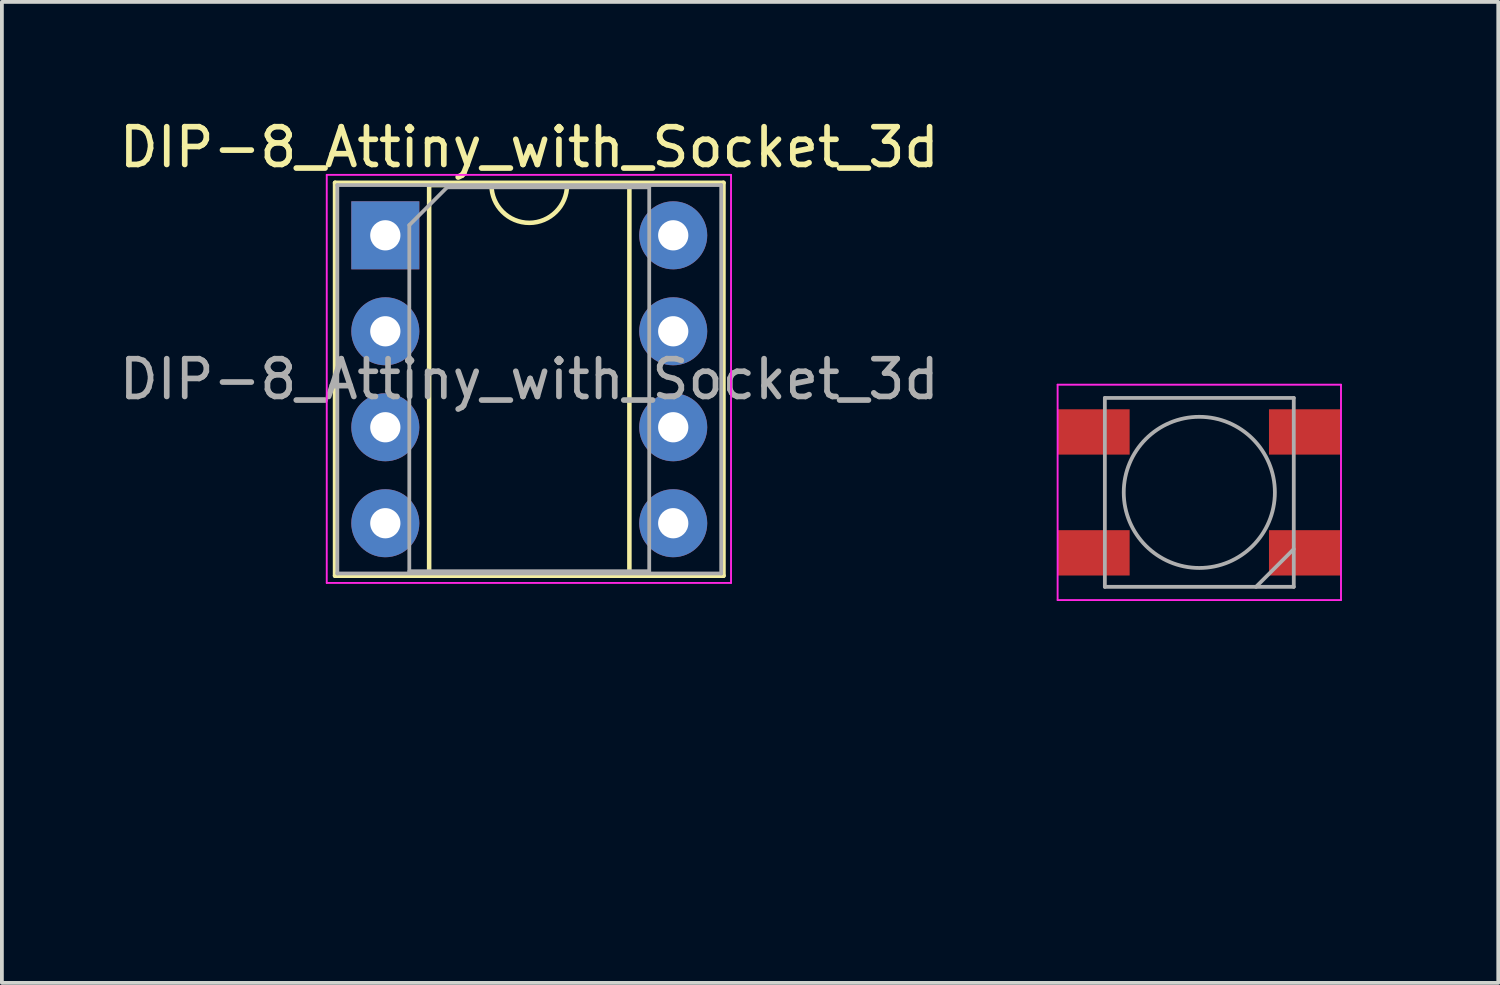
<source format=kicad_pcb>
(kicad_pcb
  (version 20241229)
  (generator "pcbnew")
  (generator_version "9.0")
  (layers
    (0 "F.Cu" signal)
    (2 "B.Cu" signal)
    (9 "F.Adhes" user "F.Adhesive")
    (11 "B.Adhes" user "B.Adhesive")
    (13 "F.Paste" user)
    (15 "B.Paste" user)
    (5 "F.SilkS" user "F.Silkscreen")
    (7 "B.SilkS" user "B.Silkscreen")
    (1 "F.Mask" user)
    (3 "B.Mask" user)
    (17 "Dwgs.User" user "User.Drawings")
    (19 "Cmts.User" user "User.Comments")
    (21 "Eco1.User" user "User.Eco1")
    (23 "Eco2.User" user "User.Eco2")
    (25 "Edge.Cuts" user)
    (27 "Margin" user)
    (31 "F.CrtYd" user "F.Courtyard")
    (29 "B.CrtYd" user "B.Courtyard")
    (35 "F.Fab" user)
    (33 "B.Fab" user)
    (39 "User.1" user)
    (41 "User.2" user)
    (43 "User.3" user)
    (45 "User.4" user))
  (footprint "Mixtape_NEO_WS2812B_3d"
    (layer "F.Cu")
    (at 28.692 9.982)
    (property "Reference" "Mixtape_NEO_WS2812B_3d" (at 4.064 0 90) (layer "Eco2.User") (effects (font (size 1 1) (thickness 0.15))))
    (attr smd)
    (fp_line (start -3.75 -2.85) (end -3.75 2.85) (stroke (width 0.05) (type solid)) (layer "F.CrtYd"))
    (fp_line (start -3.75 2.85) (end 3.75 2.85) (stroke (width 0.05) (type solid)) (layer "F.CrtYd"))
    (fp_line (start 3.75 -2.85) (end -3.75 -2.85) (stroke (width 0.05) (type solid)) (layer "F.CrtYd"))
    (fp_line (start 3.75 2.85) (end 3.75 -2.85) (stroke (width 0.05) (type solid)) (layer "F.CrtYd"))
    (fp_line (start -2.5 -2.5) (end -2.5 2.5) (stroke (width 0.1) (type solid)) (layer "F.Fab"))
    (fp_line (start -2.5 2.5) (end 2.5 2.5) (stroke (width 0.1) (type solid)) (layer "F.Fab"))
    (fp_line (start 2.5 -2.5) (end -2.5 -2.5) (stroke (width 0.1) (type solid)) (layer "F.Fab"))
    (fp_line (start 2.5 1.5) (end 1.5 2.5) (stroke (width 0.1) (type solid)) (layer "F.Fab"))
    (fp_line (start 2.5 2.5) (end 2.5 -2.5) (stroke (width 0.1) (type solid)) (layer "F.Fab"))
    (fp_circle (center 0 0) (end 0 -2) (stroke (width 0.1) (type solid)) (fill no) (layer "F.Fab"))
    (pad "1" smd rect (at -2.794 -1.6) (size 1.9 1.2) (layers "F.Cu" "F.Mask" "F.Paste"))
    (pad "2" smd rect (at -2.794 1.6) (size 1.9 1.2) (layers "F.Cu" "F.Mask" "F.Paste"))
    (pad "3" smd rect (at 2.794 1.6) (size 1.9 1.2) (layers "F.Cu" "F.Mask" "F.Paste"))
    (pad "4" smd rect (at 2.794 -1.6) (size 1.9 1.2) (layers "F.Cu" "F.Mask" "F.Paste")))
  (footprint "DIP-8_Attiny_with_Socket_3d"
    (layer "F.Cu")
    (at 7.148 3.178)
    (property "Reference" "DIP-8_Attiny_with_Socket_3d" (at 3.81 -2.33 0) (layer "F.SilkS") (effects (font (size 1 1) (thickness 0.15))))
    (attr through_hole)
    (fp_line (start -1.33 -1.39) (end -1.33 9.01) (stroke (width 0.12) (type solid)) (layer "F.SilkS"))
    (fp_line (start -1.33 9.01) (end 8.95 9.01) (stroke (width 0.12) (type solid)) (layer "F.SilkS"))
    (fp_line (start 1.16 -1.33) (end 1.16 8.95) (stroke (width 0.12) (type solid)) (layer "F.SilkS"))
    (fp_line (start 1.16 8.95) (end 6.46 8.95) (stroke (width 0.12) (type solid)) (layer "F.SilkS"))
    (fp_line (start 2.81 -1.33) (end 1.16 -1.33) (stroke (width 0.12) (type solid)) (layer "F.SilkS"))
    (fp_line (start 6.46 -1.33) (end 4.81 -1.33) (stroke (width 0.12) (type solid)) (layer "F.SilkS"))
    (fp_line (start 6.46 8.95) (end 6.46 -1.33) (stroke (width 0.12) (type solid)) (layer "F.SilkS"))
    (fp_line (start 8.95 -1.39) (end -1.33 -1.39) (stroke (width 0.12) (type solid)) (layer "F.SilkS"))
    (fp_line (start 8.95 9.01) (end 8.95 -1.39) (stroke (width 0.12) (type solid)) (layer "F.SilkS"))
    (fp_arc (start 4.81 -1.33) (mid 3.81 -0.33) (end 2.81 -1.33) (stroke (width 0.12) (type solid)) (layer "F.SilkS"))
    (fp_line (start -1.55 -1.6) (end -1.55 9.2) (stroke (width 0.05) (type solid)) (layer "F.CrtYd"))
    (fp_line (start -1.55 9.2) (end 9.15 9.2) (stroke (width 0.05) (type solid)) (layer "F.CrtYd"))
    (fp_line (start 9.15 -1.6) (end -1.55 -1.6) (stroke (width 0.05) (type solid)) (layer "F.CrtYd"))
    (fp_line (start 9.15 9.2) (end 9.15 -1.6) (stroke (width 0.05) (type solid)) (layer "F.CrtYd"))
    (fp_line (start -1.27 -1.33) (end -1.27 8.95) (stroke (width 0.1) (type solid)) (layer "F.Fab"))
    (fp_line (start -1.27 8.95) (end 8.89 8.95) (stroke (width 0.1) (type solid)) (layer "F.Fab"))
    (fp_line (start 0.635 -0.27) (end 1.635 -1.27) (stroke (width 0.1) (type solid)) (layer "F.Fab"))
    (fp_line (start 0.635 8.89) (end 0.635 -0.27) (stroke (width 0.1) (type solid)) (layer "F.Fab"))
    (fp_line (start 1.635 -1.27) (end 6.985 -1.27) (stroke (width 0.1) (type solid)) (layer "F.Fab"))
    (fp_line (start 6.985 -1.27) (end 6.985 8.89) (stroke (width 0.1) (type solid)) (layer "F.Fab"))
    (fp_line (start 6.985 8.89) (end 0.635 8.89) (stroke (width 0.1) (type solid)) (layer "F.Fab"))
    (fp_line (start 8.89 -1.33) (end -1.27 -1.33) (stroke (width 0.1) (type solid)) (layer "F.Fab"))
    (fp_line (start 8.89 8.95) (end 8.89 -1.33) (stroke (width 0.1) (type solid)) (layer "F.Fab"))
    (fp_text user "${REFERENCE}" (at 3.81 3.81 0) (layer "F.Fab") (effects (font (size 1 1) (thickness 0.15))))
    (pad "1" thru_hole rect (at 0 0) (size 1.8 1.8) (drill 0.8) (layers "*.Cu" "*.Mask"))
    (pad "2" thru_hole oval (at 0 2.54) (size 1.8 1.8) (drill 0.8) (layers "*.Cu" "*.Mask"))
    (pad "3" thru_hole oval (at 0 5.08) (size 1.8 1.8) (drill 0.8) (layers "*.Cu" "*.Mask"))
    (pad "4" thru_hole oval (at 0 7.62) (size 1.8 1.8) (drill 0.8) (layers "*.Cu" "*.Mask"))
    (pad "5" thru_hole oval (at 7.62 7.62) (size 1.8 1.8) (drill 0.8) (layers "*.Cu" "*.Mask"))
    (pad "6" thru_hole oval (at 7.62 5.08) (size 1.8 1.8) (drill 0.8) (layers "*.Cu" "*.Mask"))
    (pad "7" thru_hole oval (at 7.62 2.54) (size 1.8 1.8) (drill 0.8) (layers "*.Cu" "*.Mask"))
    (pad "8" thru_hole oval (at 7.62 0) (size 1.8 1.8) (drill 0.8) (layers "*.Cu" "*.Mask")))
  (gr_rect
    (start -3 -3)
    (end 36.604 22.964)
    (stroke (width 0.1) (type default))
    (fill no)
    (layer "Edge.Cuts")))
</source>
